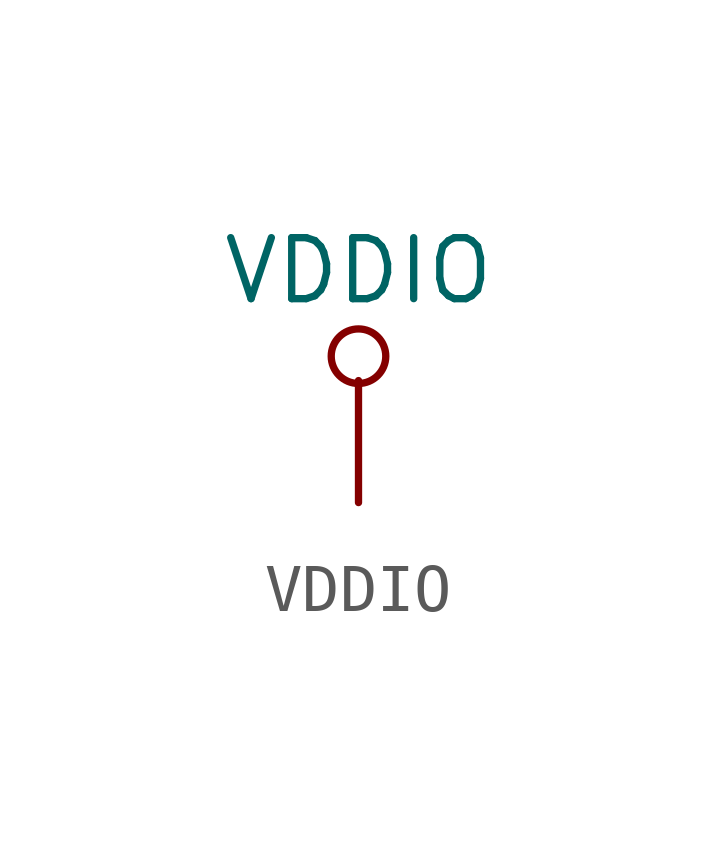
<source format=kicad_sym>
(kicad_symbol_lib
  (version 20220914)
  (generator kicad_symbol_editor)
  (symbol "VDDIO"
    (power)
    (pin_names
      (offset 0))
    (property "Reference" "#PWR"
      (at 0 -3.81 0)
      (effects (font (size 1.27 1.27)) hide))
    (property "Value" "VDDIO"
      (at 0 4.826 0)
      (effects (font (size 1.27 1.27))))
    (symbol "VDDIO_0_1"
      (polyline (pts (xy 0 0) (xy 0 2.54)) (stroke (width 0) (type default)) (fill (type none)))
      (circle (center 0 3.048) (radius 0.568) (stroke (width 0) (type default)) (fill (type none))))
    (symbol "VDDIO_1_1"
      (pin power_in line (at 0 0 90) (length 0) hide (name "VCC" (effects (font (size 1.27 1.27)))) (number "1" (effects (font (size 1.27 1.27))))))))
</source>
